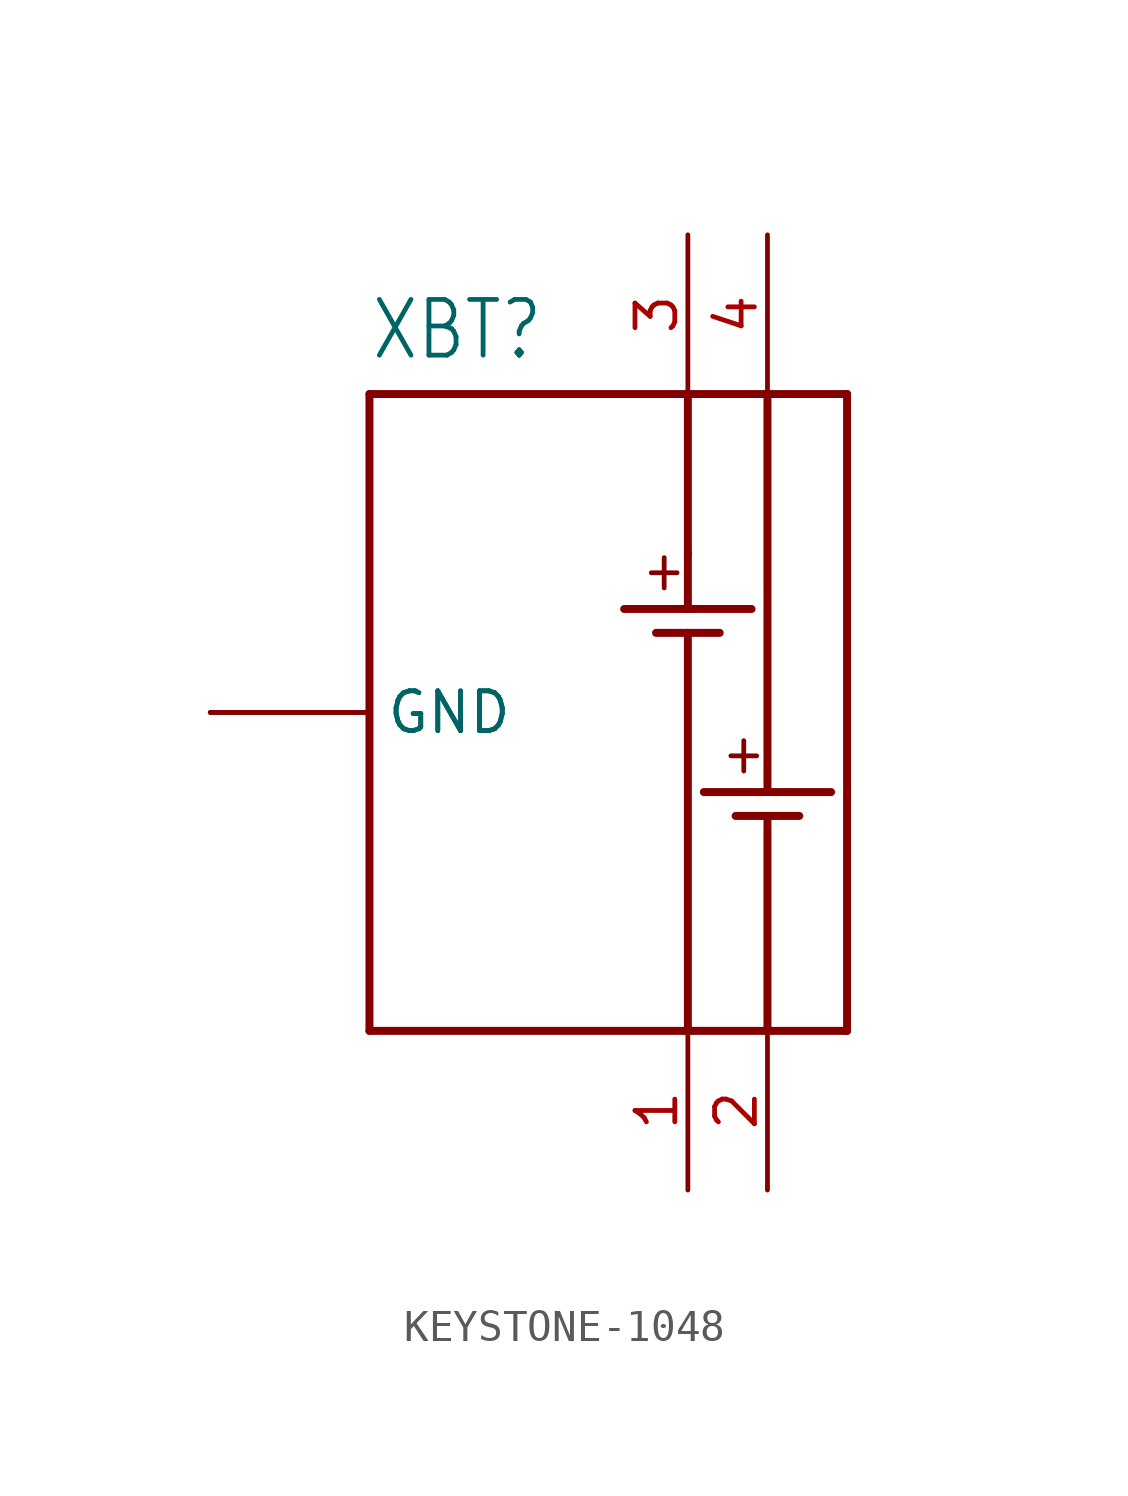
<source format=kicad_sym>
(kicad_symbol_lib
  (version 20231120)
  (generator "kicad_symbol_editor")
  (generator_version "8.0")
  (symbol "KEYSTONE-1048"
    (property "Reference" "XBT"
      (at -10.16 11.176 0)
      (effects (font (size 1.778 1.511)) (justify left bottom)))
    (property "Value" ""
      (at 7.62 -9.906 90)
      (effects (font (size 1.778 1.511)) (justify left bottom)))
    (property "ki_locked" ""
      (at 0 0 0)
      (effects (font (size 1.27 1.27))))
    (symbol "KEYSTONE-1048_1_0"
      (polyline (pts (xy -10.16 -10.16) (xy -10.16 10.16)) (stroke (width 0.254) (type solid)) (fill (type none)))
      (polyline (pts (xy -10.16 10.16) (xy 0 10.16)) (stroke (width 0.254) (type solid)) (fill (type none)))
      (polyline (pts (xy -2.032 3.302) (xy 0 3.302)) (stroke (width 0.254) (type solid)) (fill (type none)))
      (polyline (pts (xy -1.016 2.54) (xy 0 2.54)) (stroke (width 0.254) (type solid)) (fill (type none)))
      (polyline (pts (xy 0 -10.16) (xy -10.16 -10.16)) (stroke (width 0.254) (type solid)) (fill (type none)))
      (polyline (pts (xy 0 2.54) (xy 0 -10.16)) (stroke (width 0.254) (type solid)) (fill (type none)))
      (polyline (pts (xy 0 2.54) (xy 1.016 2.54)) (stroke (width 0.254) (type solid)) (fill (type none)))
      (polyline (pts (xy 0 3.302) (xy 2.032 3.302)) (stroke (width 0.254) (type solid)) (fill (type none)))
      (polyline (pts (xy 0 5.08) (xy 0 3.302)) (stroke (width 0.254) (type solid)) (fill (type none)))
      (polyline (pts (xy 0 5.08) (xy 0 10.16)) (stroke (width 0.254) (type solid)) (fill (type none)))
      (polyline (pts (xy 0 10.16) (xy 2.54 10.16)) (stroke (width 0.254) (type solid)) (fill (type none)))
      (polyline (pts (xy 0.508 -2.54) (xy 2.54 -2.54)) (stroke (width 0.254) (type solid)) (fill (type none)))
      (polyline (pts (xy 1.524 -3.302) (xy 2.54 -3.302)) (stroke (width 0.254) (type solid)) (fill (type none)))
      (polyline (pts (xy 2.54 -10.16) (xy 0 -10.16)) (stroke (width 0.254) (type solid)) (fill (type none)))
      (polyline (pts (xy 2.54 -3.302) (xy 2.54 -10.16)) (stroke (width 0.254) (type solid)) (fill (type none)))
      (polyline (pts (xy 2.54 -3.302) (xy 3.556 -3.302)) (stroke (width 0.254) (type solid)) (fill (type none)))
      (polyline (pts (xy 2.54 -2.54) (xy 2.54 10.16)) (stroke (width 0.254) (type solid)) (fill (type none)))
      (polyline (pts (xy 2.54 -2.54) (xy 4.572 -2.54)) (stroke (width 0.254) (type solid)) (fill (type none)))
      (polyline (pts (xy 2.54 10.16) (xy 5.08 10.16)) (stroke (width 0.254) (type solid)) (fill (type none)))
      (polyline (pts (xy 5.08 -10.16) (xy 2.54 -10.16)) (stroke (width 0.254) (type solid)) (fill (type none)))
      (polyline (pts (xy 5.08 10.16) (xy 5.08 -10.16)) (stroke (width 0.254) (type solid)) (fill (type none)))
      (text "+" (at -1.524 3.81 0) (effects (font (size 1.27 1.079)) (justify left bottom)))
      (text "+" (at 1.016 -2.032 0) (effects (font (size 1.27 1.079)) (justify left bottom)))
      (pin power_in line (at 0 -15.24 90) (length 5.08) (name "BAT1-" (effects (font (size 0 0)))) (number "1" (effects (font (size 1.27 1.27)))))
      (pin power_in line (at 2.54 -15.24 90) (length 5.08) (name "BAT2-" (effects (font (size 0 0)))) (number "2" (effects (font (size 1.27 1.27)))))
      (pin power_in line (at 0 15.24 270) (length 5.08) (name "BAT1+" (effects (font (size 0 0)))) (number "3" (effects (font (size 1.27 1.27)))))
      (pin power_in line (at 2.54 15.24 270) (length 5.08) (name "BAT2+" (effects (font (size 0 0)))) (number "4" (effects (font (size 1.27 1.27)))))
      (pin power_in line (at -15.24 0 0) (length 5.08) (name "GND" (effects (font (size 1.27 1.27)))) (number "S1" (effects (font (size 0 0)))))
      (pin power_in line (at -15.24 0 0) (length 5.08) (name "GND" (effects (font (size 1.27 1.27)))) (number "S2" (effects (font (size 0 0))))))))
</source>
